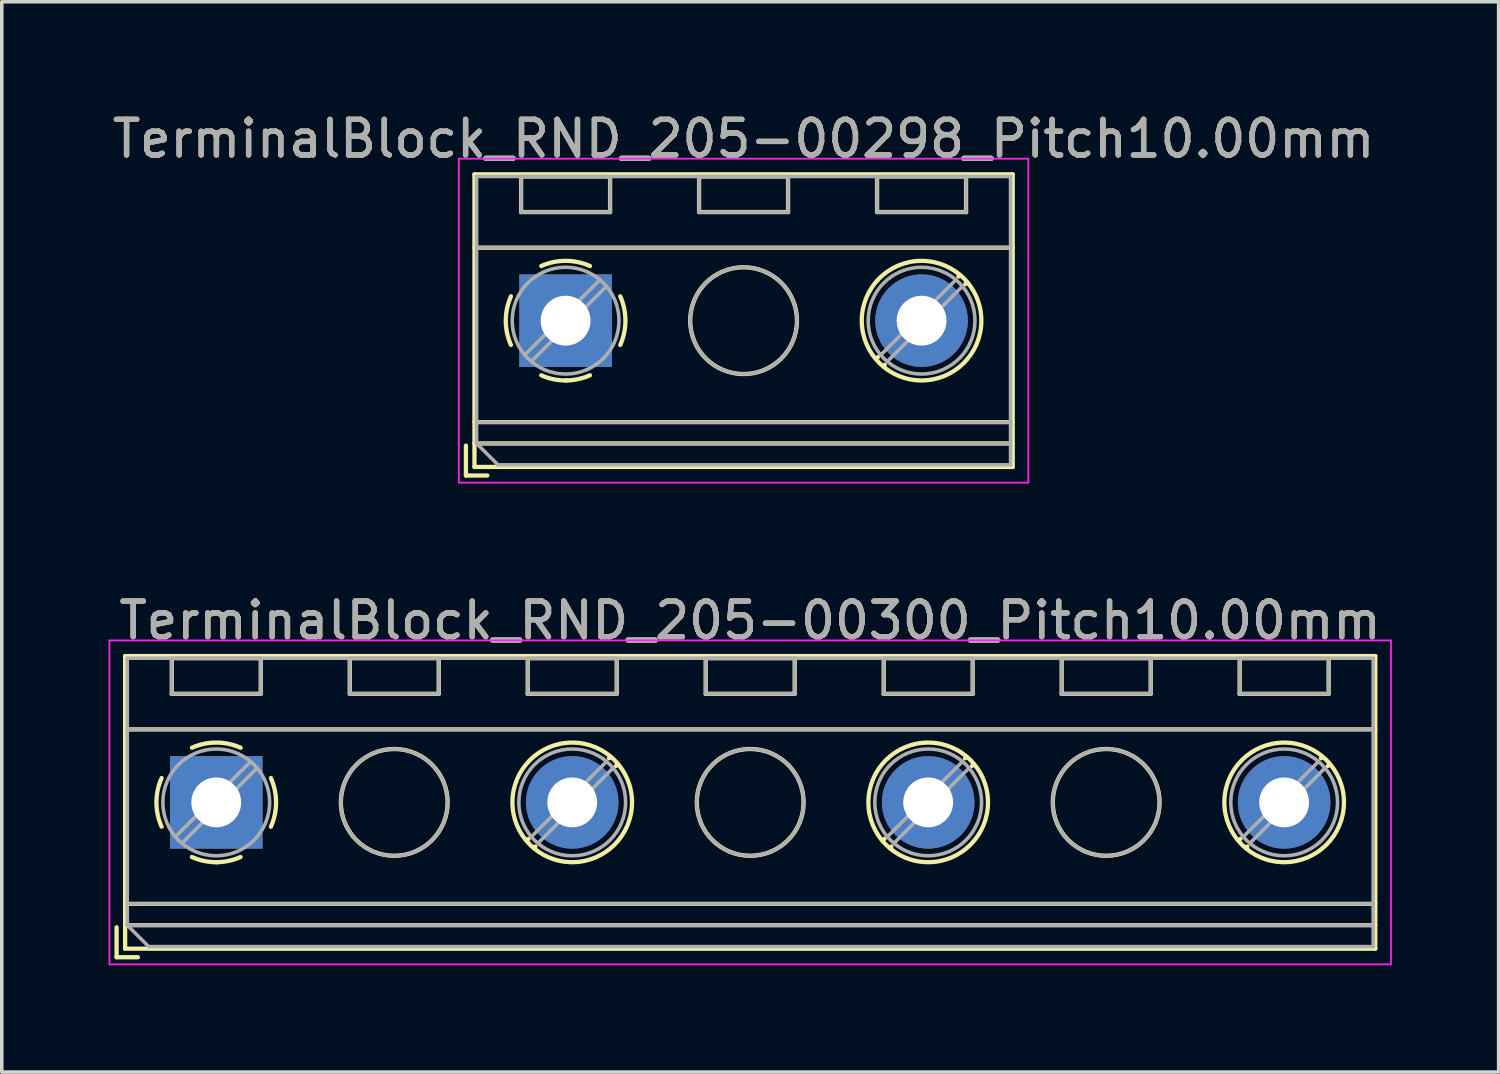
<source format=kicad_pcb>
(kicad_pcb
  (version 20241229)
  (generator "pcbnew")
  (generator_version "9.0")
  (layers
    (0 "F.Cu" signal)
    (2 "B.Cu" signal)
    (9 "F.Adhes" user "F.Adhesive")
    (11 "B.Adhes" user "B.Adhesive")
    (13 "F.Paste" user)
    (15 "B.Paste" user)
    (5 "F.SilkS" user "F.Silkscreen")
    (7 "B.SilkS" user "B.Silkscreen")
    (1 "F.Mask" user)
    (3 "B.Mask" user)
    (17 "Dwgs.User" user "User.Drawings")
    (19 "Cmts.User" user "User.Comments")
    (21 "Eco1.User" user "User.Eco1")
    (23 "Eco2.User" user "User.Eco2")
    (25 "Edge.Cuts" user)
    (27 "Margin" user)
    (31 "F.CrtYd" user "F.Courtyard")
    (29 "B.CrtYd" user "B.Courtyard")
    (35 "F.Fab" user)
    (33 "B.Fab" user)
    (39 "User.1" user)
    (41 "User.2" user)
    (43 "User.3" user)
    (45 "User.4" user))
  (footprint "TerminalBlock_RND_205-00300_Pitch10.00mm"
    (layer "F.Cu")
    (at 3.025 19.491)
    (property "Reference" "TerminalBlock_RND_205-00300_Pitch10.00mm" (at 15 -5.11 0) (layer "F.SilkS") (effects (font (size 1 1) (thickness 0.15))))
    (attr through_hole)
    (fp_line (start -2.8 3.51) (end -2.8 4.35) (stroke (width 0.12) (type solid)) (layer "F.SilkS"))
    (fp_line (start -2.8 4.35) (end -2.2 4.35) (stroke (width 0.12) (type solid)) (layer "F.SilkS"))
    (fp_line (start -2.56 -4.11) (end -2.56 4.11) (stroke (width 0.12) (type solid)) (layer "F.SilkS"))
    (fp_line (start -2.56 -2.05) (end 32.56 -2.05) (stroke (width 0.12) (type solid)) (layer "F.SilkS"))
    (fp_line (start -2.56 2.85) (end 32.56 2.85) (stroke (width 0.12) (type solid)) (layer "F.SilkS"))
    (fp_line (start -2.56 3.45) (end 32.56 3.45) (stroke (width 0.12) (type solid)) (layer "F.SilkS"))
    (fp_line (start -2.56 4.11) (end 32.56 4.11) (stroke (width 0.12) (type solid)) (layer "F.SilkS"))
    (fp_line (start -1.25 -4.05) (end -1.25 -3.05) (stroke (width 0.12) (type solid)) (layer "F.SilkS"))
    (fp_line (start -1.25 -4.05) (end 1.25 -4.05) (stroke (width 0.12) (type solid)) (layer "F.SilkS"))
    (fp_line (start -1.25 -3.05) (end 1.25 -3.05) (stroke (width 0.12) (type solid)) (layer "F.SilkS"))
    (fp_line (start 1.25 -4.05) (end 1.25 -3.05) (stroke (width 0.12) (type solid)) (layer "F.SilkS"))
    (fp_line (start 3.75 -4.05) (end 3.75 -3.05) (stroke (width 0.12) (type solid)) (layer "F.SilkS"))
    (fp_line (start 3.75 -4.05) (end 6.25 -4.05) (stroke (width 0.12) (type solid)) (layer "F.SilkS"))
    (fp_line (start 3.75 -3.05) (end 6.25 -3.05) (stroke (width 0.12) (type solid)) (layer "F.SilkS"))
    (fp_line (start 6.25 -4.05) (end 6.25 -3.05) (stroke (width 0.12) (type solid)) (layer "F.SilkS"))
    (fp_line (start 8.75 -4.05) (end 8.75 -3.05) (stroke (width 0.12) (type solid)) (layer "F.SilkS"))
    (fp_line (start 8.75 -4.05) (end 11.25 -4.05) (stroke (width 0.12) (type solid)) (layer "F.SilkS"))
    (fp_line (start 8.75 -3.05) (end 11.25 -3.05) (stroke (width 0.12) (type solid)) (layer "F.SilkS"))
    (fp_line (start 8.773 1.023) (end 8.726 1.069) (stroke (width 0.12) (type solid)) (layer "F.SilkS"))
    (fp_line (start 8.966 1.239) (end 8.931 1.274) (stroke (width 0.12) (type solid)) (layer "F.SilkS"))
    (fp_line (start 11.07 -1.275) (end 11.035 -1.239) (stroke (width 0.12) (type solid)) (layer "F.SilkS"))
    (fp_line (start 11.25 -4.05) (end 11.25 -3.05) (stroke (width 0.12) (type solid)) (layer "F.SilkS"))
    (fp_line (start 11.275 -1.069) (end 11.228 -1.023) (stroke (width 0.12) (type solid)) (layer "F.SilkS"))
    (fp_line (start 13.75 -4.05) (end 13.75 -3.05) (stroke (width 0.12) (type solid)) (layer "F.SilkS"))
    (fp_line (start 13.75 -4.05) (end 16.25 -4.05) (stroke (width 0.12) (type solid)) (layer "F.SilkS"))
    (fp_line (start 13.75 -3.05) (end 16.25 -3.05) (stroke (width 0.12) (type solid)) (layer "F.SilkS"))
    (fp_line (start 16.25 -4.05) (end 16.25 -3.05) (stroke (width 0.12) (type solid)) (layer "F.SilkS"))
    (fp_line (start 18.75 -4.05) (end 18.75 -3.05) (stroke (width 0.12) (type solid)) (layer "F.SilkS"))
    (fp_line (start 18.75 -4.05) (end 21.25 -4.05) (stroke (width 0.12) (type solid)) (layer "F.SilkS"))
    (fp_line (start 18.75 -3.05) (end 21.25 -3.05) (stroke (width 0.12) (type solid)) (layer "F.SilkS"))
    (fp_line (start 18.773 1.023) (end 18.726 1.069) (stroke (width 0.12) (type solid)) (layer "F.SilkS"))
    (fp_line (start 18.966 1.239) (end 18.931 1.274) (stroke (width 0.12) (type solid)) (layer "F.SilkS"))
    (fp_line (start 21.07 -1.275) (end 21.035 -1.239) (stroke (width 0.12) (type solid)) (layer "F.SilkS"))
    (fp_line (start 21.25 -4.05) (end 21.25 -3.05) (stroke (width 0.12) (type solid)) (layer "F.SilkS"))
    (fp_line (start 21.275 -1.069) (end 21.228 -1.023) (stroke (width 0.12) (type solid)) (layer "F.SilkS"))
    (fp_line (start 23.75 -4.05) (end 23.75 -3.05) (stroke (width 0.12) (type solid)) (layer "F.SilkS"))
    (fp_line (start 23.75 -4.05) (end 26.25 -4.05) (stroke (width 0.12) (type solid)) (layer "F.SilkS"))
    (fp_line (start 23.75 -3.05) (end 26.25 -3.05) (stroke (width 0.12) (type solid)) (layer "F.SilkS"))
    (fp_line (start 26.25 -4.05) (end 26.25 -3.05) (stroke (width 0.12) (type solid)) (layer "F.SilkS"))
    (fp_line (start 28.75 -4.05) (end 28.75 -3.05) (stroke (width 0.12) (type solid)) (layer "F.SilkS"))
    (fp_line (start 28.75 -4.05) (end 31.25 -4.05) (stroke (width 0.12) (type solid)) (layer "F.SilkS"))
    (fp_line (start 28.75 -3.05) (end 31.25 -3.05) (stroke (width 0.12) (type solid)) (layer "F.SilkS"))
    (fp_line (start 28.773 1.023) (end 28.726 1.069) (stroke (width 0.12) (type solid)) (layer "F.SilkS"))
    (fp_line (start 28.966 1.239) (end 28.931 1.274) (stroke (width 0.12) (type solid)) (layer "F.SilkS"))
    (fp_line (start 31.07 -1.275) (end 31.035 -1.239) (stroke (width 0.12) (type solid)) (layer "F.SilkS"))
    (fp_line (start 31.25 -4.05) (end 31.25 -3.05) (stroke (width 0.12) (type solid)) (layer "F.SilkS"))
    (fp_line (start 31.275 -1.069) (end 31.228 -1.023) (stroke (width 0.12) (type solid)) (layer "F.SilkS"))
    (fp_line (start 32.56 -4.11) (end -2.56 -4.11) (stroke (width 0.12) (type solid)) (layer "F.SilkS"))
    (fp_line (start 32.56 4.11) (end 32.56 -4.11) (stroke (width 0.12) (type solid)) (layer "F.SilkS"))
    (fp_arc (start -1.535427 0.683042) (mid -1.680501 -0.000524) (end -1.535 -0.684) (stroke (width 0.12) (type solid)) (layer "F.SilkS"))
    (fp_arc (start -0.683042 -1.535427) (mid 0.000524 -1.680501) (end 0.684 -1.535) (stroke (width 0.12) (type solid)) (layer "F.SilkS"))
    (fp_arc (start 0.028805 1.680253) (mid -0.335551 1.646659) (end -0.684 1.535) (stroke (width 0.12) (type solid)) (layer "F.SilkS"))
    (fp_arc (start 0.683318 1.534756) (mid 0.349292 1.643288) (end 0 1.68) (stroke (width 0.12) (type solid)) (layer "F.SilkS"))
    (fp_arc (start 1.535427 -0.683042) (mid 1.680501 0.000524) (end 1.535 0.684) (stroke (width 0.12) (type solid)) (layer "F.SilkS"))
    (fp_circle (center 5 0) (end 6.5 0) (stroke (width 0.12) (type solid)) (fill no) (layer "F.SilkS"))
    (fp_circle (center 10 0) (end 11.68 0) (stroke (width 0.12) (type solid)) (fill no) (layer "F.SilkS"))
    (fp_circle (center 15 0) (end 16.5 0) (stroke (width 0.12) (type solid)) (fill no) (layer "F.SilkS"))
    (fp_circle (center 20 0) (end 21.68 0) (stroke (width 0.12) (type solid)) (fill no) (layer "F.SilkS"))
    (fp_circle (center 25 0) (end 26.5 0) (stroke (width 0.12) (type solid)) (fill no) (layer "F.SilkS"))
    (fp_circle (center 30 0) (end 31.68 0) (stroke (width 0.12) (type solid)) (fill no) (layer "F.SilkS"))
    (fp_line (start -3 -4.55) (end -3 4.55) (stroke (width 0.05) (type solid)) (layer "F.CrtYd"))
    (fp_line (start -3 4.55) (end 33 4.55) (stroke (width 0.05) (type solid)) (layer "F.CrtYd"))
    (fp_line (start 33 -4.55) (end -3 -4.55) (stroke (width 0.05) (type solid)) (layer "F.CrtYd"))
    (fp_line (start 33 4.55) (end 33 -4.55) (stroke (width 0.05) (type solid)) (layer "F.CrtYd"))
    (fp_line (start -2.5 -4.05) (end 32.5 -4.05) (stroke (width 0.1) (type solid)) (layer "F.Fab"))
    (fp_line (start -2.5 -2.05) (end 32.5 -2.05) (stroke (width 0.1) (type solid)) (layer "F.Fab"))
    (fp_line (start -2.5 2.85) (end 32.5 2.85) (stroke (width 0.1) (type solid)) (layer "F.Fab"))
    (fp_line (start -2.5 3.45) (end -2.5 -4.05) (stroke (width 0.1) (type solid)) (layer "F.Fab"))
    (fp_line (start -2.5 3.45) (end 32.5 3.45) (stroke (width 0.1) (type solid)) (layer "F.Fab"))
    (fp_line (start -1.9 4.05) (end -2.5 3.45) (stroke (width 0.1) (type solid)) (layer "F.Fab"))
    (fp_line (start -1.25 -4.05) (end -1.25 -3.05) (stroke (width 0.1) (type solid)) (layer "F.Fab"))
    (fp_line (start -1.25 -3.05) (end 1.25 -3.05) (stroke (width 0.1) (type solid)) (layer "F.Fab"))
    (fp_line (start 0.955 -1.138) (end -1.138 0.955) (stroke (width 0.1) (type solid)) (layer "F.Fab"))
    (fp_line (start 1.138 -0.955) (end -0.955 1.138) (stroke (width 0.1) (type solid)) (layer "F.Fab"))
    (fp_line (start 1.25 -4.05) (end -1.25 -4.05) (stroke (width 0.1) (type solid)) (layer "F.Fab"))
    (fp_line (start 1.25 -3.05) (end 1.25 -4.05) (stroke (width 0.1) (type solid)) (layer "F.Fab"))
    (fp_line (start 3.75 -4.05) (end 3.75 -3.05) (stroke (width 0.1) (type solid)) (layer "F.Fab"))
    (fp_line (start 3.75 -3.05) (end 6.25 -3.05) (stroke (width 0.1) (type solid)) (layer "F.Fab"))
    (fp_line (start 6.25 -4.05) (end 3.75 -4.05) (stroke (width 0.1) (type solid)) (layer "F.Fab"))
    (fp_line (start 6.25 -3.05) (end 6.25 -4.05) (stroke (width 0.1) (type solid)) (layer "F.Fab"))
    (fp_line (start 8.75 -4.05) (end 8.75 -3.05) (stroke (width 0.1) (type solid)) (layer "F.Fab"))
    (fp_line (start 8.75 -3.05) (end 11.25 -3.05) (stroke (width 0.1) (type solid)) (layer "F.Fab"))
    (fp_line (start 10.955 -1.138) (end 8.863 0.955) (stroke (width 0.1) (type solid)) (layer "F.Fab"))
    (fp_line (start 11.138 -0.955) (end 9.046 1.138) (stroke (width 0.1) (type solid)) (layer "F.Fab"))
    (fp_line (start 11.25 -4.05) (end 8.75 -4.05) (stroke (width 0.1) (type solid)) (layer "F.Fab"))
    (fp_line (start 11.25 -3.05) (end 11.25 -4.05) (stroke (width 0.1) (type solid)) (layer "F.Fab"))
    (fp_line (start 13.75 -4.05) (end 13.75 -3.05) (stroke (width 0.1) (type solid)) (layer "F.Fab"))
    (fp_line (start 13.75 -3.05) (end 16.25 -3.05) (stroke (width 0.1) (type solid)) (layer "F.Fab"))
    (fp_line (start 16.25 -4.05) (end 13.75 -4.05) (stroke (width 0.1) (type solid)) (layer "F.Fab"))
    (fp_line (start 16.25 -3.05) (end 16.25 -4.05) (stroke (width 0.1) (type solid)) (layer "F.Fab"))
    (fp_line (start 18.75 -4.05) (end 18.75 -3.05) (stroke (width 0.1) (type solid)) (layer "F.Fab"))
    (fp_line (start 18.75 -3.05) (end 21.25 -3.05) (stroke (width 0.1) (type solid)) (layer "F.Fab"))
    (fp_line (start 20.955 -1.138) (end 18.863 0.955) (stroke (width 0.1) (type solid)) (layer "F.Fab"))
    (fp_line (start 21.138 -0.955) (end 19.046 1.138) (stroke (width 0.1) (type solid)) (layer "F.Fab"))
    (fp_line (start 21.25 -4.05) (end 18.75 -4.05) (stroke (width 0.1) (type solid)) (layer "F.Fab"))
    (fp_line (start 21.25 -3.05) (end 21.25 -4.05) (stroke (width 0.1) (type solid)) (layer "F.Fab"))
    (fp_line (start 23.75 -4.05) (end 23.75 -3.05) (stroke (width 0.1) (type solid)) (layer "F.Fab"))
    (fp_line (start 23.75 -3.05) (end 26.25 -3.05) (stroke (width 0.1) (type solid)) (layer "F.Fab"))
    (fp_line (start 26.25 -4.05) (end 23.75 -4.05) (stroke (width 0.1) (type solid)) (layer "F.Fab"))
    (fp_line (start 26.25 -3.05) (end 26.25 -4.05) (stroke (width 0.1) (type solid)) (layer "F.Fab"))
    (fp_line (start 28.75 -4.05) (end 28.75 -3.05) (stroke (width 0.1) (type solid)) (layer "F.Fab"))
    (fp_line (start 28.75 -3.05) (end 31.25 -3.05) (stroke (width 0.1) (type solid)) (layer "F.Fab"))
    (fp_line (start 30.955 -1.138) (end 28.863 0.955) (stroke (width 0.1) (type solid)) (layer "F.Fab"))
    (fp_line (start 31.138 -0.955) (end 29.046 1.138) (stroke (width 0.1) (type solid)) (layer "F.Fab"))
    (fp_line (start 31.25 -4.05) (end 28.75 -4.05) (stroke (width 0.1) (type solid)) (layer "F.Fab"))
    (fp_line (start 31.25 -3.05) (end 31.25 -4.05) (stroke (width 0.1) (type solid)) (layer "F.Fab"))
    (fp_line (start 32.5 -4.05) (end 32.5 4.05) (stroke (width 0.1) (type solid)) (layer "F.Fab"))
    (fp_line (start 32.5 4.05) (end -1.9 4.05) (stroke (width 0.1) (type solid)) (layer "F.Fab"))
    (fp_circle (center 0 0) (end 1.5 0) (stroke (width 0.1) (type solid)) (fill no) (layer "F.Fab"))
    (fp_circle (center 5 0) (end 6.5 0) (stroke (width 0.1) (type solid)) (fill no) (layer "F.Fab"))
    (fp_circle (center 10 0) (end 11.5 0) (stroke (width 0.1) (type solid)) (fill no) (layer "F.Fab"))
    (fp_circle (center 15 0) (end 16.5 0) (stroke (width 0.1) (type solid)) (fill no) (layer "F.Fab"))
    (fp_circle (center 20 0) (end 21.5 0) (stroke (width 0.1) (type solid)) (fill no) (layer "F.Fab"))
    (fp_circle (center 25 0) (end 26.5 0) (stroke (width 0.1) (type solid)) (fill no) (layer "F.Fab"))
    (fp_circle (center 30 0) (end 31.5 0) (stroke (width 0.1) (type solid)) (fill no) (layer "F.Fab"))
    (fp_text user "${REFERENCE}" (at 15 -5.11 0) (layer "F.Fab") (effects (font (size 1 1) (thickness 0.15))))
    (pad "1" thru_hole rect (at 0 0) (size 2.6 2.6) (drill 1.4) (layers "*.Cu" "*.Mask"))
    (pad "2" thru_hole circle (at 10 0) (size 2.6 2.6) (drill 1.4) (layers "*.Cu" "*.Mask"))
    (pad "3" thru_hole circle (at 20 0) (size 2.6 2.6) (drill 1.4) (layers "*.Cu" "*.Mask"))
    (pad "4" thru_hole circle (at 30 0) (size 2.6 2.6) (drill 1.4) (layers "*.Cu" "*.Mask")))
  (footprint "TerminalBlock_RND_205-00298_Pitch10.00mm"
    (layer "F.Cu")
    (at 12.839 5.958)
    (property "Reference" "TerminalBlock_RND_205-00298_Pitch10.00mm" (at 5 -5.11 0) (layer "F.SilkS") (effects (font (size 1 1) (thickness 0.15))))
    (attr through_hole)
    (fp_line (start -2.8 3.51) (end -2.8 4.35) (stroke (width 0.12) (type solid)) (layer "F.SilkS"))
    (fp_line (start -2.8 4.35) (end -2.2 4.35) (stroke (width 0.12) (type solid)) (layer "F.SilkS"))
    (fp_line (start -2.56 -4.11) (end -2.56 4.11) (stroke (width 0.12) (type solid)) (layer "F.SilkS"))
    (fp_line (start -2.56 -2.05) (end 12.56 -2.05) (stroke (width 0.12) (type solid)) (layer "F.SilkS"))
    (fp_line (start -2.56 2.85) (end 12.56 2.85) (stroke (width 0.12) (type solid)) (layer "F.SilkS"))
    (fp_line (start -2.56 3.45) (end 12.56 3.45) (stroke (width 0.12) (type solid)) (layer "F.SilkS"))
    (fp_line (start -2.56 4.11) (end 12.56 4.11) (stroke (width 0.12) (type solid)) (layer "F.SilkS"))
    (fp_line (start -1.25 -4.05) (end -1.25 -3.05) (stroke (width 0.12) (type solid)) (layer "F.SilkS"))
    (fp_line (start -1.25 -4.05) (end 1.25 -4.05) (stroke (width 0.12) (type solid)) (layer "F.SilkS"))
    (fp_line (start -1.25 -3.05) (end 1.25 -3.05) (stroke (width 0.12) (type solid)) (layer "F.SilkS"))
    (fp_line (start 1.25 -4.05) (end 1.25 -3.05) (stroke (width 0.12) (type solid)) (layer "F.SilkS"))
    (fp_line (start 3.75 -4.05) (end 3.75 -3.05) (stroke (width 0.12) (type solid)) (layer "F.SilkS"))
    (fp_line (start 3.75 -4.05) (end 6.25 -4.05) (stroke (width 0.12) (type solid)) (layer "F.SilkS"))
    (fp_line (start 3.75 -3.05) (end 6.25 -3.05) (stroke (width 0.12) (type solid)) (layer "F.SilkS"))
    (fp_line (start 6.25 -4.05) (end 6.25 -3.05) (stroke (width 0.12) (type solid)) (layer "F.SilkS"))
    (fp_line (start 8.75 -4.05) (end 8.75 -3.05) (stroke (width 0.12) (type solid)) (layer "F.SilkS"))
    (fp_line (start 8.75 -4.05) (end 11.25 -4.05) (stroke (width 0.12) (type solid)) (layer "F.SilkS"))
    (fp_line (start 8.75 -3.05) (end 11.25 -3.05) (stroke (width 0.12) (type solid)) (layer "F.SilkS"))
    (fp_line (start 8.773 1.023) (end 8.726 1.069) (stroke (width 0.12) (type solid)) (layer "F.SilkS"))
    (fp_line (start 8.966 1.239) (end 8.931 1.274) (stroke (width 0.12) (type solid)) (layer "F.SilkS"))
    (fp_line (start 11.07 -1.275) (end 11.035 -1.239) (stroke (width 0.12) (type solid)) (layer "F.SilkS"))
    (fp_line (start 11.25 -4.05) (end 11.25 -3.05) (stroke (width 0.12) (type solid)) (layer "F.SilkS"))
    (fp_line (start 11.275 -1.069) (end 11.228 -1.023) (stroke (width 0.12) (type solid)) (layer "F.SilkS"))
    (fp_line (start 12.56 -4.11) (end -2.56 -4.11) (stroke (width 0.12) (type solid)) (layer "F.SilkS"))
    (fp_line (start 12.56 4.11) (end 12.56 -4.11) (stroke (width 0.12) (type solid)) (layer "F.SilkS"))
    (fp_arc (start -1.535427 0.683042) (mid -1.680501 -0.000524) (end -1.535 -0.684) (stroke (width 0.12) (type solid)) (layer "F.SilkS"))
    (fp_arc (start -0.683042 -1.535427) (mid 0.000524 -1.680501) (end 0.684 -1.535) (stroke (width 0.12) (type solid)) (layer "F.SilkS"))
    (fp_arc (start 0.028805 1.680253) (mid -0.335551 1.646659) (end -0.684 1.535) (stroke (width 0.12) (type solid)) (layer "F.SilkS"))
    (fp_arc (start 0.683318 1.534756) (mid 0.349292 1.643288) (end 0 1.68) (stroke (width 0.12) (type solid)) (layer "F.SilkS"))
    (fp_arc (start 1.535427 -0.683042) (mid 1.680501 0.000524) (end 1.535 0.684) (stroke (width 0.12) (type solid)) (layer "F.SilkS"))
    (fp_circle (center 5 0) (end 6.5 0) (stroke (width 0.12) (type solid)) (fill no) (layer "F.SilkS"))
    (fp_circle (center 10 0) (end 11.68 0) (stroke (width 0.12) (type solid)) (fill no) (layer "F.SilkS"))
    (fp_line (start -3 -4.55) (end -3 4.55) (stroke (width 0.05) (type solid)) (layer "F.CrtYd"))
    (fp_line (start -3 4.55) (end 13 4.55) (stroke (width 0.05) (type solid)) (layer "F.CrtYd"))
    (fp_line (start 13 -4.55) (end -3 -4.55) (stroke (width 0.05) (type solid)) (layer "F.CrtYd"))
    (fp_line (start 13 4.55) (end 13 -4.55) (stroke (width 0.05) (type solid)) (layer "F.CrtYd"))
    (fp_line (start -2.5 -4.05) (end 12.5 -4.05) (stroke (width 0.1) (type solid)) (layer "F.Fab"))
    (fp_line (start -2.5 -2.05) (end 12.5 -2.05) (stroke (width 0.1) (type solid)) (layer "F.Fab"))
    (fp_line (start -2.5 2.85) (end 12.5 2.85) (stroke (width 0.1) (type solid)) (layer "F.Fab"))
    (fp_line (start -2.5 3.45) (end -2.5 -4.05) (stroke (width 0.1) (type solid)) (layer "F.Fab"))
    (fp_line (start -2.5 3.45) (end 12.5 3.45) (stroke (width 0.1) (type solid)) (layer "F.Fab"))
    (fp_line (start -1.9 4.05) (end -2.5 3.45) (stroke (width 0.1) (type solid)) (layer "F.Fab"))
    (fp_line (start -1.25 -4.05) (end -1.25 -3.05) (stroke (width 0.1) (type solid)) (layer "F.Fab"))
    (fp_line (start -1.25 -3.05) (end 1.25 -3.05) (stroke (width 0.1) (type solid)) (layer "F.Fab"))
    (fp_line (start 0.955 -1.138) (end -1.138 0.955) (stroke (width 0.1) (type solid)) (layer "F.Fab"))
    (fp_line (start 1.138 -0.955) (end -0.955 1.138) (stroke (width 0.1) (type solid)) (layer "F.Fab"))
    (fp_line (start 1.25 -4.05) (end -1.25 -4.05) (stroke (width 0.1) (type solid)) (layer "F.Fab"))
    (fp_line (start 1.25 -3.05) (end 1.25 -4.05) (stroke (width 0.1) (type solid)) (layer "F.Fab"))
    (fp_line (start 3.75 -4.05) (end 3.75 -3.05) (stroke (width 0.1) (type solid)) (layer "F.Fab"))
    (fp_line (start 3.75 -3.05) (end 6.25 -3.05) (stroke (width 0.1) (type solid)) (layer "F.Fab"))
    (fp_line (start 6.25 -4.05) (end 3.75 -4.05) (stroke (width 0.1) (type solid)) (layer "F.Fab"))
    (fp_line (start 6.25 -3.05) (end 6.25 -4.05) (stroke (width 0.1) (type solid)) (layer "F.Fab"))
    (fp_line (start 8.75 -4.05) (end 8.75 -3.05) (stroke (width 0.1) (type solid)) (layer "F.Fab"))
    (fp_line (start 8.75 -3.05) (end 11.25 -3.05) (stroke (width 0.1) (type solid)) (layer "F.Fab"))
    (fp_line (start 10.955 -1.138) (end 8.863 0.955) (stroke (width 0.1) (type solid)) (layer "F.Fab"))
    (fp_line (start 11.138 -0.955) (end 9.046 1.138) (stroke (width 0.1) (type solid)) (layer "F.Fab"))
    (fp_line (start 11.25 -4.05) (end 8.75 -4.05) (stroke (width 0.1) (type solid)) (layer "F.Fab"))
    (fp_line (start 11.25 -3.05) (end 11.25 -4.05) (stroke (width 0.1) (type solid)) (layer "F.Fab"))
    (fp_line (start 12.5 -4.05) (end 12.5 4.05) (stroke (width 0.1) (type solid)) (layer "F.Fab"))
    (fp_line (start 12.5 4.05) (end -1.9 4.05) (stroke (width 0.1) (type solid)) (layer "F.Fab"))
    (fp_circle (center 0 0) (end 1.5 0) (stroke (width 0.1) (type solid)) (fill no) (layer "F.Fab"))
    (fp_circle (center 5 0) (end 6.5 0) (stroke (width 0.1) (type solid)) (fill no) (layer "F.Fab"))
    (fp_circle (center 10 0) (end 11.5 0) (stroke (width 0.1) (type solid)) (fill no) (layer "F.Fab"))
    (fp_text user "${REFERENCE}" (at 5 -5.11 0) (layer "F.Fab") (effects (font (size 1 1) (thickness 0.15))))
    (pad "1" thru_hole rect (at 0 0) (size 2.6 2.6) (drill 1.4) (layers "*.Cu" "*.Mask"))
    (pad "2" thru_hole circle (at 10 0) (size 2.6 2.6) (drill 1.4) (layers "*.Cu" "*.Mask")))
  (gr_rect
    (start -3 -3)
    (end 39.05 27.067)
    (stroke (width 0.1) (type default))
    (fill no)
    (layer "Edge.Cuts")))
</source>
